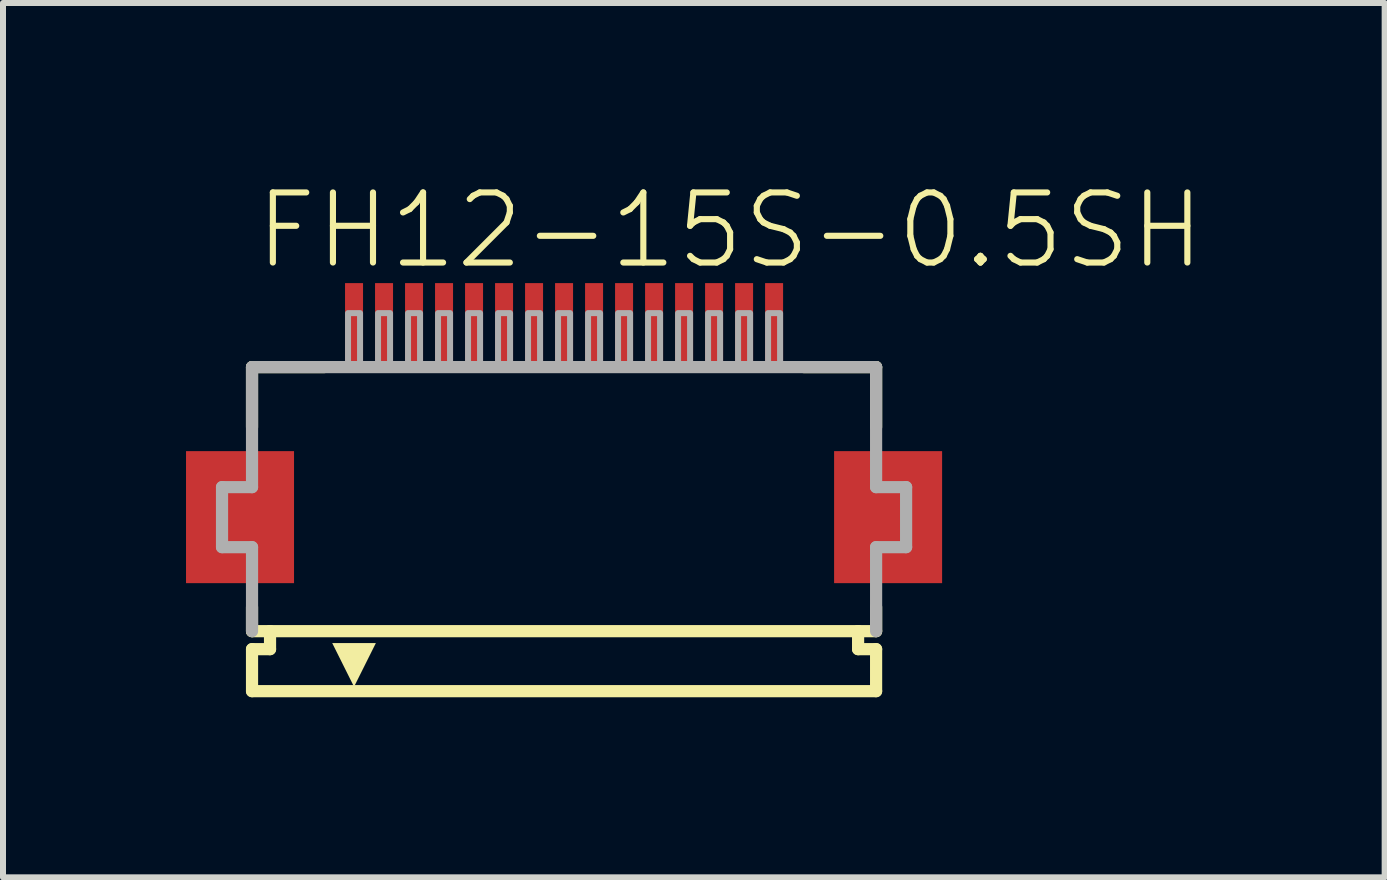
<source format=kicad_pcb>
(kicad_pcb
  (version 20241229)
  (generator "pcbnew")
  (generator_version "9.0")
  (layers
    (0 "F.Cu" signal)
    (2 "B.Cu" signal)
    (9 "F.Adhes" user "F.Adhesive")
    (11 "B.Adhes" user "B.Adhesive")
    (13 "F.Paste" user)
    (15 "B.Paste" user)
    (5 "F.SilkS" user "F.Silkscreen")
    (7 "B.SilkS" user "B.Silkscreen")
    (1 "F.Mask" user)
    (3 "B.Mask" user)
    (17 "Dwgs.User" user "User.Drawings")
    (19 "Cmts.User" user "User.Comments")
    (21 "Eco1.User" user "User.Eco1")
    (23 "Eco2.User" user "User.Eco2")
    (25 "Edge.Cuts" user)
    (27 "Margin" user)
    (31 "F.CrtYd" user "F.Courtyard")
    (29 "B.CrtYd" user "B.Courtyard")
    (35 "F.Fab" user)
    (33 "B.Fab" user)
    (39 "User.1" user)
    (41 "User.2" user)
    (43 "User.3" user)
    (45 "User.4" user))
  (footprint "FH12-15S-0.5SH"
    (layer "F.Cu")
    (at 6.35 5.568)
    (property "Reference" "FH12-15S-0.5SH" (at -5.198 -4.095 0) (layer "F.SilkS") (effects (font (size 1.168 1.168) (thickness 0.102)) (justify left bottom)))
    (fp_poly (pts (xy -4.5 -1.1) (xy -6.3 -1.1) (xy -6.3 1.1) (xy -4.5 1.1)) (stroke (width 0) (type default)) (fill yes) (layer "F.Cu"))
    (fp_poly (pts (xy 6.3 -1.1) (xy 4.5 -1.1) (xy 4.5 1.1) (xy 6.3 1.1)) (stroke (width 0) (type default)) (fill yes) (layer "F.Cu"))
    (fp_poly (pts (xy -4.45 -1.175) (xy -6.35 -1.175) (xy -6.35 1.175) (xy -4.45 1.175)) (stroke (width 0) (type default)) (fill yes) (layer "F.Mask"))
    (fp_poly (pts (xy -3.7 -2.55) (xy -3.3 -2.55) (xy -3.3 -3.95) (xy -3.7 -3.95)) (stroke (width 0) (type default)) (fill yes) (layer "F.Mask"))
    (fp_poly (pts (xy -3.2 -2.55) (xy -2.8 -2.55) (xy -2.8 -3.95) (xy -3.2 -3.95)) (stroke (width 0) (type default)) (fill yes) (layer "F.Mask"))
    (fp_poly (pts (xy -2.7 -2.55) (xy -2.3 -2.55) (xy -2.3 -3.95) (xy -2.7 -3.95)) (stroke (width 0) (type default)) (fill yes) (layer "F.Mask"))
    (fp_poly (pts (xy -2.2 -2.55) (xy -1.8 -2.55) (xy -1.8 -3.95) (xy -2.2 -3.95)) (stroke (width 0) (type default)) (fill yes) (layer "F.Mask"))
    (fp_poly (pts (xy -1.7 -2.55) (xy -1.3 -2.55) (xy -1.3 -3.95) (xy -1.7 -3.95)) (stroke (width 0) (type default)) (fill yes) (layer "F.Mask"))
    (fp_poly (pts (xy -1.2 -2.55) (xy -0.8 -2.55) (xy -0.8 -3.95) (xy -1.2 -3.95)) (stroke (width 0) (type default)) (fill yes) (layer "F.Mask"))
    (fp_poly (pts (xy -0.7 -2.55) (xy -0.3 -2.55) (xy -0.3 -3.95) (xy -0.7 -3.95)) (stroke (width 0) (type default)) (fill yes) (layer "F.Mask"))
    (fp_poly (pts (xy -0.2 -2.55) (xy 0.2 -2.55) (xy 0.2 -3.95) (xy -0.2 -3.95)) (stroke (width 0) (type default)) (fill yes) (layer "F.Mask"))
    (fp_poly (pts (xy 0.3 -2.55) (xy 0.7 -2.55) (xy 0.7 -3.95) (xy 0.3 -3.95)) (stroke (width 0) (type default)) (fill yes) (layer "F.Mask"))
    (fp_poly (pts (xy 0.8 -2.55) (xy 1.2 -2.55) (xy 1.2 -3.95) (xy 0.8 -3.95)) (stroke (width 0) (type default)) (fill yes) (layer "F.Mask"))
    (fp_poly (pts (xy 1.3 -2.55) (xy 1.7 -2.55) (xy 1.7 -3.95) (xy 1.3 -3.95)) (stroke (width 0) (type default)) (fill yes) (layer "F.Mask"))
    (fp_poly (pts (xy 1.8 -2.55) (xy 2.2 -2.55) (xy 2.2 -3.95) (xy 1.8 -3.95)) (stroke (width 0) (type default)) (fill yes) (layer "F.Mask"))
    (fp_poly (pts (xy 2.3 -2.55) (xy 2.7 -2.55) (xy 2.7 -3.95) (xy 2.3 -3.95)) (stroke (width 0) (type default)) (fill yes) (layer "F.Mask"))
    (fp_poly (pts (xy 2.8 -2.55) (xy 3.2 -2.55) (xy 3.2 -3.95) (xy 2.8 -3.95)) (stroke (width 0) (type default)) (fill yes) (layer "F.Mask"))
    (fp_poly (pts (xy 3.3 -2.55) (xy 3.7 -2.55) (xy 3.7 -3.95) (xy 3.3 -3.95)) (stroke (width 0) (type default)) (fill yes) (layer "F.Mask"))
    (fp_poly (pts (xy 6.35 -1.175) (xy 4.45 -1.175) (xy 4.45 1.175) (xy 6.35 1.175)) (stroke (width 0) (type default)) (fill yes) (layer "F.Mask"))
    (fp_line (start -5.2 -2.5) (end -5.2 -1.5) (stroke (width 0.203) (type solid)) (layer "F.SilkS"))
    (fp_line (start -5.2 1.5) (end -5.2 1.9) (stroke (width 0.203) (type solid)) (layer "F.SilkS"))
    (fp_line (start -5.2 1.9) (end -4.9 1.9) (stroke (width 0.203) (type solid)) (layer "F.SilkS"))
    (fp_line (start -5.2 2.2) (end -5.2 2.9) (stroke (width 0.203) (type solid)) (layer "F.SilkS"))
    (fp_line (start -4.9 1.9) (end -4.9 2.2) (stroke (width 0.203) (type solid)) (layer "F.SilkS"))
    (fp_line (start -4.9 2.2) (end -5.2 2.2) (stroke (width 0.203) (type solid)) (layer "F.SilkS"))
    (fp_line (start -4 -2.5) (end -5.2 -2.5) (stroke (width 0.203) (type solid)) (layer "F.SilkS"))
    (fp_line (start 4.9 1.9) (end -4.9 1.9) (stroke (width 0.203) (type solid)) (layer "F.SilkS"))
    (fp_line (start 4.9 1.9) (end 5.2 1.9) (stroke (width 0.203) (type solid)) (layer "F.SilkS"))
    (fp_line (start 4.9 2.2) (end 4.9 1.9) (stroke (width 0.203) (type solid)) (layer "F.SilkS"))
    (fp_line (start 5.2 -2.5) (end 4 -2.5) (stroke (width 0.203) (type solid)) (layer "F.SilkS"))
    (fp_line (start 5.2 -1.5) (end 5.2 -2.5) (stroke (width 0.203) (type solid)) (layer "F.SilkS"))
    (fp_line (start 5.2 1.9) (end 5.2 1.5) (stroke (width 0.203) (type solid)) (layer "F.SilkS"))
    (fp_line (start 5.2 2.2) (end 4.9 2.2) (stroke (width 0.203) (type solid)) (layer "F.SilkS"))
    (fp_line (start 5.2 2.9) (end -5.2 2.9) (stroke (width 0.203) (type solid)) (layer "F.SilkS"))
    (fp_line (start 5.2 2.9) (end 5.2 2.2) (stroke (width 0.203) (type solid)) (layer "F.SilkS"))
    (fp_poly (pts (xy -3.5 2.827) (xy -3.864 2.098) (xy -3.136 2.098)) (stroke (width 0) (type default)) (fill yes) (layer "F.SilkS"))
    (fp_poly (pts (xy -4.575 -1.025) (xy -6.225 -1.025) (xy -6.225 1.025) (xy -4.575 1.025)) (stroke (width 0) (type default)) (fill yes) (layer "F.Paste"))
    (fp_poly (pts (xy -3.625 -2.625) (xy -3.375 -2.625) (xy -3.375 -3.875) (xy -3.625 -3.875)) (stroke (width 0) (type default)) (fill yes) (layer "F.Paste"))
    (fp_poly (pts (xy -3.125 -2.625) (xy -2.875 -2.625) (xy -2.875 -3.875) (xy -3.125 -3.875)) (stroke (width 0) (type default)) (fill yes) (layer "F.Paste"))
    (fp_poly (pts (xy -2.625 -2.625) (xy -2.375 -2.625) (xy -2.375 -3.875) (xy -2.625 -3.875)) (stroke (width 0) (type default)) (fill yes) (layer "F.Paste"))
    (fp_poly (pts (xy -2.125 -2.625) (xy -1.875 -2.625) (xy -1.875 -3.875) (xy -2.125 -3.875)) (stroke (width 0) (type default)) (fill yes) (layer "F.Paste"))
    (fp_poly (pts (xy -1.625 -2.625) (xy -1.375 -2.625) (xy -1.375 -3.875) (xy -1.625 -3.875)) (stroke (width 0) (type default)) (fill yes) (layer "F.Paste"))
    (fp_poly (pts (xy -1.125 -2.625) (xy -0.875 -2.625) (xy -0.875 -3.875) (xy -1.125 -3.875)) (stroke (width 0) (type default)) (fill yes) (layer "F.Paste"))
    (fp_poly (pts (xy -0.625 -2.625) (xy -0.375 -2.625) (xy -0.375 -3.875) (xy -0.625 -3.875)) (stroke (width 0) (type default)) (fill yes) (layer "F.Paste"))
    (fp_poly (pts (xy -0.125 -2.625) (xy 0.125 -2.625) (xy 0.125 -3.875) (xy -0.125 -3.875)) (stroke (width 0) (type default)) (fill yes) (layer "F.Paste"))
    (fp_poly (pts (xy 0.375 -2.625) (xy 0.625 -2.625) (xy 0.625 -3.875) (xy 0.375 -3.875)) (stroke (width 0) (type default)) (fill yes) (layer "F.Paste"))
    (fp_poly (pts (xy 0.875 -2.625) (xy 1.125 -2.625) (xy 1.125 -3.875) (xy 0.875 -3.875)) (stroke (width 0) (type default)) (fill yes) (layer "F.Paste"))
    (fp_poly (pts (xy 1.375 -2.625) (xy 1.625 -2.625) (xy 1.625 -3.875) (xy 1.375 -3.875)) (stroke (width 0) (type default)) (fill yes) (layer "F.Paste"))
    (fp_poly (pts (xy 1.875 -2.625) (xy 2.125 -2.625) (xy 2.125 -3.875) (xy 1.875 -3.875)) (stroke (width 0) (type default)) (fill yes) (layer "F.Paste"))
    (fp_poly (pts (xy 2.375 -2.625) (xy 2.625 -2.625) (xy 2.625 -3.875) (xy 2.375 -3.875)) (stroke (width 0) (type default)) (fill yes) (layer "F.Paste"))
    (fp_poly (pts (xy 2.875 -2.625) (xy 3.125 -2.625) (xy 3.125 -3.875) (xy 2.875 -3.875)) (stroke (width 0) (type default)) (fill yes) (layer "F.Paste"))
    (fp_poly (pts (xy 3.375 -2.625) (xy 3.625 -2.625) (xy 3.625 -3.875) (xy 3.375 -3.875)) (stroke (width 0) (type default)) (fill yes) (layer "F.Paste"))
    (fp_poly (pts (xy 6.225 -1.025) (xy 4.575 -1.025) (xy 4.575 1.025) (xy 6.225 1.025)) (stroke (width 0) (type default)) (fill yes) (layer "F.Paste"))
    (fp_line (start -5.7 -0.5) (end -5.7 0.5) (stroke (width 0.203) (type solid)) (layer "F.Fab"))
    (fp_line (start -5.7 0.5) (end -5.2 0.5) (stroke (width 0.203) (type solid)) (layer "F.Fab"))
    (fp_line (start -5.2 -2.5) (end -5.2 -0.5) (stroke (width 0.203) (type solid)) (layer "F.Fab"))
    (fp_line (start -5.2 -0.5) (end -5.7 -0.5) (stroke (width 0.203) (type solid)) (layer "F.Fab"))
    (fp_line (start -5.2 0.5) (end -5.2 1.9) (stroke (width 0.203) (type solid)) (layer "F.Fab"))
    (fp_line (start 5.2 -2.5) (end -5.2 -2.5) (stroke (width 0.203) (type solid)) (layer "F.Fab"))
    (fp_line (start 5.2 -0.5) (end 5.2 -2.5) (stroke (width 0.203) (type solid)) (layer "F.Fab"))
    (fp_line (start 5.2 0.5) (end 5.7 0.5) (stroke (width 0.203) (type solid)) (layer "F.Fab"))
    (fp_line (start 5.2 1.9) (end 5.2 0.5) (stroke (width 0.203) (type solid)) (layer "F.Fab"))
    (fp_line (start 5.7 -0.5) (end 5.2 -0.5) (stroke (width 0.203) (type solid)) (layer "F.Fab"))
    (fp_line (start 5.7 0.5) (end 5.7 -0.5) (stroke (width 0.203) (type solid)) (layer "F.Fab"))
    (fp_poly (pts (xy -3.6 -2.55) (xy -3.4 -2.55) (xy -3.4 -3.4) (xy -3.6 -3.4)) (stroke (width 0.1) (type default)) (fill no) (layer "F.Fab"))
    (fp_poly (pts (xy -3.1 -2.55) (xy -2.9 -2.55) (xy -2.9 -3.4) (xy -3.1 -3.4)) (stroke (width 0.1) (type default)) (fill no) (layer "F.Fab"))
    (fp_poly (pts (xy -2.6 -2.55) (xy -2.4 -2.55) (xy -2.4 -3.4) (xy -2.6 -3.4)) (stroke (width 0.1) (type default)) (fill no) (layer "F.Fab"))
    (fp_poly (pts (xy -2.1 -2.55) (xy -1.9 -2.55) (xy -1.9 -3.4) (xy -2.1 -3.4)) (stroke (width 0.1) (type default)) (fill no) (layer "F.Fab"))
    (fp_poly (pts (xy -1.6 -2.55) (xy -1.4 -2.55) (xy -1.4 -3.4) (xy -1.6 -3.4)) (stroke (width 0.1) (type default)) (fill no) (layer "F.Fab"))
    (fp_poly (pts (xy -1.1 -2.55) (xy -0.9 -2.55) (xy -0.9 -3.4) (xy -1.1 -3.4)) (stroke (width 0.1) (type default)) (fill no) (layer "F.Fab"))
    (fp_poly (pts (xy -0.6 -2.55) (xy -0.4 -2.55) (xy -0.4 -3.4) (xy -0.6 -3.4)) (stroke (width 0.1) (type default)) (fill no) (layer "F.Fab"))
    (fp_poly (pts (xy -0.1 -2.55) (xy 0.1 -2.55) (xy 0.1 -3.4) (xy -0.1 -3.4)) (stroke (width 0.1) (type default)) (fill no) (layer "F.Fab"))
    (fp_poly (pts (xy 0.4 -2.55) (xy 0.6 -2.55) (xy 0.6 -3.4) (xy 0.4 -3.4)) (stroke (width 0.1) (type default)) (fill no) (layer "F.Fab"))
    (fp_poly (pts (xy 0.9 -2.55) (xy 1.1 -2.55) (xy 1.1 -3.4) (xy 0.9 -3.4)) (stroke (width 0.1) (type default)) (fill no) (layer "F.Fab"))
    (fp_poly (pts (xy 1.4 -2.55) (xy 1.6 -2.55) (xy 1.6 -3.4) (xy 1.4 -3.4)) (stroke (width 0.1) (type default)) (fill no) (layer "F.Fab"))
    (fp_poly (pts (xy 1.9 -2.55) (xy 2.1 -2.55) (xy 2.1 -3.4) (xy 1.9 -3.4)) (stroke (width 0.1) (type default)) (fill no) (layer "F.Fab"))
    (fp_poly (pts (xy 2.4 -2.55) (xy 2.6 -2.55) (xy 2.6 -3.4) (xy 2.4 -3.4)) (stroke (width 0.1) (type default)) (fill no) (layer "F.Fab"))
    (fp_poly (pts (xy 2.9 -2.55) (xy 3.1 -2.55) (xy 3.1 -3.4) (xy 2.9 -3.4)) (stroke (width 0.1) (type default)) (fill no) (layer "F.Fab"))
    (fp_poly (pts (xy 3.4 -2.55) (xy 3.6 -2.55) (xy 3.6 -3.4) (xy 3.4 -3.4)) (stroke (width 0.1) (type default)) (fill no) (layer "F.Fab"))
    (pad "1" smd rect (at -3.5 -3.25) (size 0.3 1.3) (layers "F.Cu"))
    (pad "2" smd rect (at -3 -3.25) (size 0.3 1.3) (layers "F.Cu"))
    (pad "3" smd rect (at -2.5 -3.25) (size 0.3 1.3) (layers "F.Cu"))
    (pad "4" smd rect (at -2 -3.25) (size 0.3 1.3) (layers "F.Cu"))
    (pad "5" smd rect (at -1.5 -3.25) (size 0.3 1.3) (layers "F.Cu"))
    (pad "6" smd rect (at -1 -3.25) (size 0.3 1.3) (layers "F.Cu"))
    (pad "7" smd rect (at -0.5 -3.25) (size 0.3 1.3) (layers "F.Cu"))
    (pad "8" smd rect (at 0 -3.25) (size 0.3 1.3) (layers "F.Cu"))
    (pad "9" smd rect (at 0.5 -3.25) (size 0.3 1.3) (layers "F.Cu"))
    (pad "10" smd rect (at 1 -3.25) (size 0.3 1.3) (layers "F.Cu"))
    (pad "11" smd rect (at 1.5 -3.25) (size 0.3 1.3) (layers "F.Cu"))
    (pad "12" smd rect (at 2 -3.25) (size 0.3 1.3) (layers "F.Cu"))
    (pad "13" smd rect (at 2.5 -3.25) (size 0.3 1.3) (layers "F.Cu"))
    (pad "14" smd rect (at 3 -3.25) (size 0.3 1.3) (layers "F.Cu"))
    (pad "15" smd rect (at 3.5 -3.25) (size 0.3 1.3) (layers "F.Cu")))
  (gr_rect
    (start -3 -3)
    (end 20.025 11.57)
    (stroke (width 0.1) (type default))
    (fill no)
    (layer "Edge.Cuts")))
</source>
